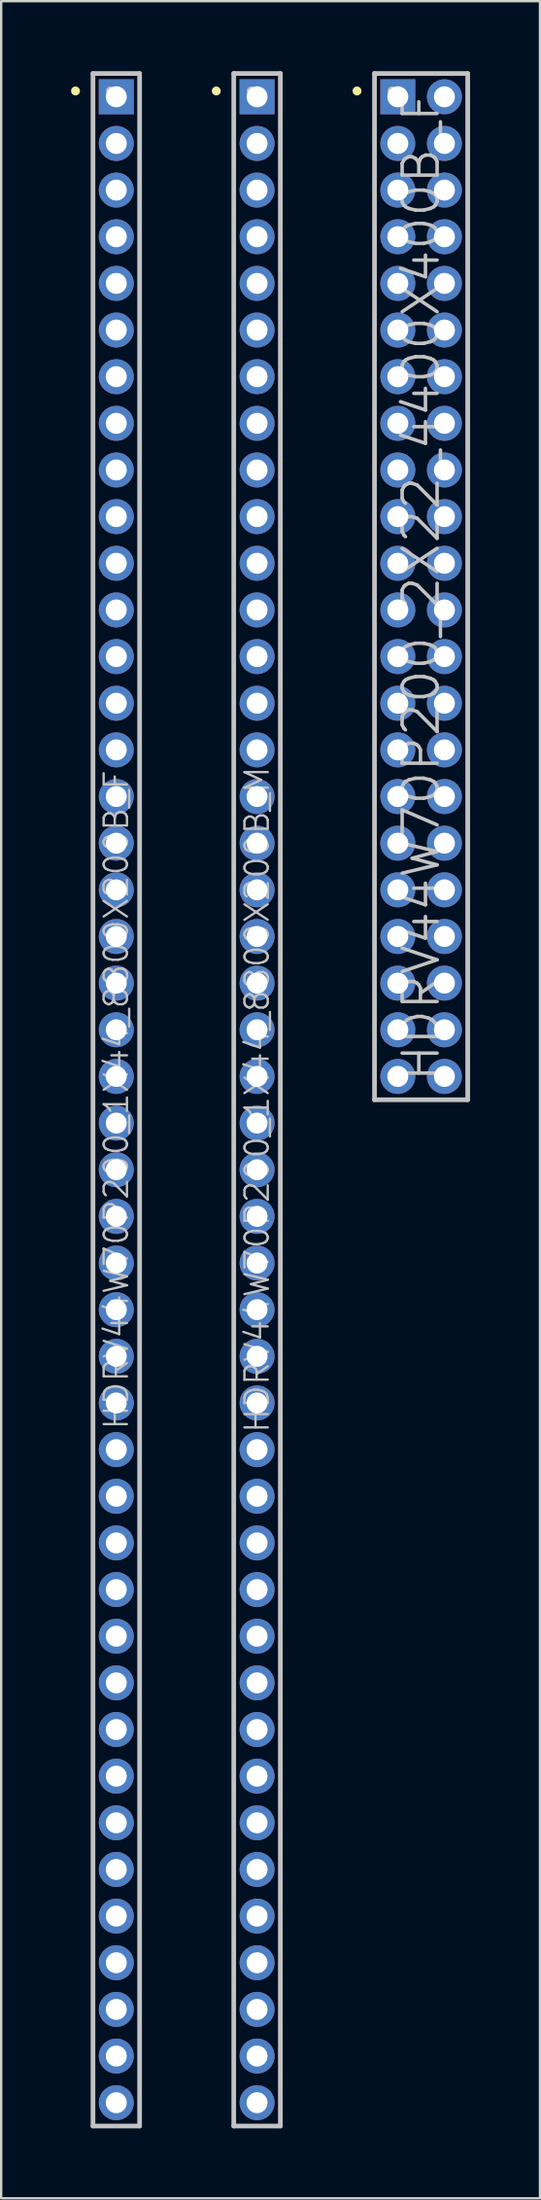
<source format=kicad_pcb>
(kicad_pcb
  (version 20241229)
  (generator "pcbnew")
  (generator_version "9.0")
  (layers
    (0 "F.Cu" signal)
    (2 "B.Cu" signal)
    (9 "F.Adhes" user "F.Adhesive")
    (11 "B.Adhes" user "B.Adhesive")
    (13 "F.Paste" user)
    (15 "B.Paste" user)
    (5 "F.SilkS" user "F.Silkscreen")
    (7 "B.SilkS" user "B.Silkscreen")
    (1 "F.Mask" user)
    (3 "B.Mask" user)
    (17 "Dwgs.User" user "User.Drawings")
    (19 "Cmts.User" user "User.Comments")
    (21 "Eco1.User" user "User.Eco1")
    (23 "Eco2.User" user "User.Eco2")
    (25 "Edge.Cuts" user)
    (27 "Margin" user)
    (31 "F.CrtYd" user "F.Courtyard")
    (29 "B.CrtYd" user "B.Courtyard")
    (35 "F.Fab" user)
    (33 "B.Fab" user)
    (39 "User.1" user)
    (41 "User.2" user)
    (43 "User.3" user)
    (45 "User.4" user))
  (footprint "HDRV44W70P200_1X44_8800X200B_F"
    (layer "F.Cu")
    (at 1.94 44.1)
    (property "Reference" "HDRV44W70P200_1X44_8800X200B_F" (at 0 0 90) (layer "Dwgs.User") (effects (font (size 1 1) (thickness 0.1))))
    (attr through_hole)
    (fp_line (start -1.75 -43.25) (end -1.75 -43.25) (stroke (width 0.381) (type solid)) (layer "F.SilkS"))
    (fp_line (start -1 -44) (end -1 44) (stroke (width 0.2) (type solid)) (layer "Dwgs.User"))
    (fp_line (start -1 -44) (end 1 -44) (stroke (width 0.2) (type solid)) (layer "Dwgs.User"))
    (fp_line (start -1 44) (end 1 44) (stroke (width 0.2) (type solid)) (layer "Dwgs.User"))
    (fp_line (start -0.25 -43.25) (end -0.25 -43.25) (stroke (width 0.381) (type solid)) (layer "Dwgs.User"))
    (fp_line (start 1 -44) (end 1 44) (stroke (width 0.2) (type solid)) (layer "Dwgs.User"))
    (pad "1" thru_hole rect (at 0 -43) (size 1.5 1.5) (drill 0.9) (layers "*.Cu" "*.Mask"))
    (pad "2" thru_hole circle (at 0 -41 270) (size 1.5 1.5) (drill 0.9) (layers "*.Cu" "*.Mask"))
    (pad "3" thru_hole circle (at 0 -39 270) (size 1.5 1.5) (drill 0.9) (layers "*.Cu" "*.Mask"))
    (pad "4" thru_hole circle (at 0 -37 270) (size 1.5 1.5) (drill 0.9) (layers "*.Cu" "*.Mask"))
    (pad "5" thru_hole circle (at 0 -35 270) (size 1.5 1.5) (drill 0.9) (layers "*.Cu" "*.Mask"))
    (pad "6" thru_hole circle (at 0 -33 270) (size 1.5 1.5) (drill 0.9) (layers "*.Cu" "*.Mask"))
    (pad "7" thru_hole circle (at 0 -31 270) (size 1.5 1.5) (drill 0.9) (layers "*.Cu" "*.Mask"))
    (pad "8" thru_hole circle (at 0 -29 270) (size 1.5 1.5) (drill 0.9) (layers "*.Cu" "*.Mask"))
    (pad "9" thru_hole circle (at 0 -27 270) (size 1.5 1.5) (drill 0.9) (layers "*.Cu" "*.Mask"))
    (pad "10" thru_hole circle (at 0 -25 270) (size 1.5 1.5) (drill 0.9) (layers "*.Cu" "*.Mask"))
    (pad "11" thru_hole circle (at 0 -23 270) (size 1.5 1.5) (drill 0.9) (layers "*.Cu" "*.Mask"))
    (pad "12" thru_hole circle (at 0 -21 270) (size 1.5 1.5) (drill 0.9) (layers "*.Cu" "*.Mask"))
    (pad "13" thru_hole circle (at 0 -19 270) (size 1.5 1.5) (drill 0.9) (layers "*.Cu" "*.Mask"))
    (pad "14" thru_hole circle (at 0 -17 270) (size 1.5 1.5) (drill 0.9) (layers "*.Cu" "*.Mask"))
    (pad "15" thru_hole circle (at 0 -15 270) (size 1.5 1.5) (drill 0.9) (layers "*.Cu" "*.Mask"))
    (pad "16" thru_hole circle (at 0 -13 270) (size 1.5 1.5) (drill 0.9) (layers "*.Cu" "*.Mask"))
    (pad "17" thru_hole circle (at 0 -11 270) (size 1.5 1.5) (drill 0.9) (layers "*.Cu" "*.Mask"))
    (pad "18" thru_hole circle (at 0 -9 270) (size 1.5 1.5) (drill 0.9) (layers "*.Cu" "*.Mask"))
    (pad "19" thru_hole circle (at 0 -7 270) (size 1.5 1.5) (drill 0.9) (layers "*.Cu" "*.Mask"))
    (pad "20" thru_hole circle (at 0 -5 270) (size 1.5 1.5) (drill 0.9) (layers "*.Cu" "*.Mask"))
    (pad "21" thru_hole circle (at 0 -3 270) (size 1.5 1.5) (drill 0.9) (layers "*.Cu" "*.Mask"))
    (pad "22" thru_hole circle (at 0 -1 270) (size 1.5 1.5) (drill 0.9) (layers "*.Cu" "*.Mask"))
    (pad "23" thru_hole circle (at 0 1 270) (size 1.5 1.5) (drill 0.9) (layers "*.Cu" "*.Mask"))
    (pad "24" thru_hole circle (at 0 3 270) (size 1.5 1.5) (drill 0.9) (layers "*.Cu" "*.Mask"))
    (pad "25" thru_hole circle (at 0 5 270) (size 1.5 1.5) (drill 0.9) (layers "*.Cu" "*.Mask"))
    (pad "26" thru_hole circle (at 0 7 270) (size 1.5 1.5) (drill 0.9) (layers "*.Cu" "*.Mask"))
    (pad "27" thru_hole circle (at 0 9 270) (size 1.5 1.5) (drill 0.9) (layers "*.Cu" "*.Mask"))
    (pad "28" thru_hole circle (at 0 11 270) (size 1.5 1.5) (drill 0.9) (layers "*.Cu" "*.Mask"))
    (pad "29" thru_hole circle (at 0 13 270) (size 1.5 1.5) (drill 0.9) (layers "*.Cu" "*.Mask"))
    (pad "30" thru_hole circle (at 0 15 270) (size 1.5 1.5) (drill 0.9) (layers "*.Cu" "*.Mask"))
    (pad "31" thru_hole circle (at 0 17 270) (size 1.5 1.5) (drill 0.9) (layers "*.Cu" "*.Mask"))
    (pad "32" thru_hole circle (at 0 19 270) (size 1.5 1.5) (drill 0.9) (layers "*.Cu" "*.Mask"))
    (pad "33" thru_hole circle (at 0 21 270) (size 1.5 1.5) (drill 0.9) (layers "*.Cu" "*.Mask"))
    (pad "34" thru_hole circle (at 0 23 270) (size 1.5 1.5) (drill 0.9) (layers "*.Cu" "*.Mask"))
    (pad "35" thru_hole circle (at 0 25 270) (size 1.5 1.5) (drill 0.9) (layers "*.Cu" "*.Mask"))
    (pad "36" thru_hole circle (at 0 27 270) (size 1.5 1.5) (drill 0.9) (layers "*.Cu" "*.Mask"))
    (pad "37" thru_hole circle (at 0 29 270) (size 1.5 1.5) (drill 0.9) (layers "*.Cu" "*.Mask"))
    (pad "38" thru_hole circle (at 0 31 270) (size 1.5 1.5) (drill 0.9) (layers "*.Cu" "*.Mask"))
    (pad "39" thru_hole circle (at 0 33 270) (size 1.5 1.5) (drill 0.9) (layers "*.Cu" "*.Mask"))
    (pad "40" thru_hole circle (at 0 35 270) (size 1.5 1.5) (drill 0.9) (layers "*.Cu" "*.Mask"))
    (pad "41" thru_hole circle (at 0 37 270) (size 1.5 1.5) (drill 0.9) (layers "*.Cu" "*.Mask"))
    (pad "42" thru_hole circle (at 0 39 270) (size 1.5 1.5) (drill 0.9) (layers "*.Cu" "*.Mask"))
    (pad "43" thru_hole circle (at 0 41 270) (size 1.5 1.5) (drill 0.9) (layers "*.Cu" "*.Mask"))
    (pad "44" thru_hole circle (at 0 43 270) (size 1.5 1.5) (drill 0.9) (layers "*.Cu" "*.Mask")))
  (footprint "HDRV44W70P200_2X22_4400X400B_F"
    (layer "F.Cu")
    (at 15.021 22.1)
    (property "Reference" "HDRV44W70P200_2X22_4400X400B_F" (at 0 0 90) (layer "Dwgs.User") (effects (font (size 1.5 1.5) (thickness 0.15))))
    (attr through_hole)
    (fp_line (start -2.75 -21.25) (end -2.75 -21.25) (stroke (width 0.381) (type solid)) (layer "F.SilkS"))
    (fp_line (start -2 -22) (end -2 22) (stroke (width 0.2) (type solid)) (layer "Dwgs.User"))
    (fp_line (start -2 -22) (end 2 -22) (stroke (width 0.2) (type solid)) (layer "Dwgs.User"))
    (fp_line (start -2 22) (end 2 22) (stroke (width 0.2) (type solid)) (layer "Dwgs.User"))
    (fp_line (start -1.25 -21.25) (end -1.25 -21.25) (stroke (width 0.381) (type solid)) (layer "Dwgs.User"))
    (fp_line (start 2 -22) (end 2 22) (stroke (width 0.2) (type solid)) (layer "Dwgs.User"))
    (pad "1" thru_hole rect (at -1 -21) (size 1.5 1.5) (drill 0.9) (layers "*.Cu" "*.Mask"))
    (pad "2" thru_hole circle (at 1 -21 270) (size 1.5 1.5) (drill 0.9) (layers "*.Cu" "*.Mask"))
    (pad "3" thru_hole circle (at -1 -19 270) (size 1.5 1.5) (drill 0.9) (layers "*.Cu" "*.Mask"))
    (pad "4" thru_hole circle (at 1 -19 270) (size 1.5 1.5) (drill 0.9) (layers "*.Cu" "*.Mask"))
    (pad "5" thru_hole circle (at -1 -17 270) (size 1.5 1.5) (drill 0.9) (layers "*.Cu" "*.Mask"))
    (pad "6" thru_hole circle (at 1 -17 270) (size 1.5 1.5) (drill 0.9) (layers "*.Cu" "*.Mask"))
    (pad "7" thru_hole circle (at -1 -15 270) (size 1.5 1.5) (drill 0.9) (layers "*.Cu" "*.Mask"))
    (pad "8" thru_hole circle (at 1 -15 270) (size 1.5 1.5) (drill 0.9) (layers "*.Cu" "*.Mask"))
    (pad "9" thru_hole circle (at -1 -13 270) (size 1.5 1.5) (drill 0.9) (layers "*.Cu" "*.Mask"))
    (pad "10" thru_hole circle (at 1 -13 270) (size 1.5 1.5) (drill 0.9) (layers "*.Cu" "*.Mask"))
    (pad "11" thru_hole circle (at -1 -11 270) (size 1.5 1.5) (drill 0.9) (layers "*.Cu" "*.Mask"))
    (pad "12" thru_hole circle (at 1 -11 270) (size 1.5 1.5) (drill 0.9) (layers "*.Cu" "*.Mask"))
    (pad "13" thru_hole circle (at -1 -9 270) (size 1.5 1.5) (drill 0.9) (layers "*.Cu" "*.Mask"))
    (pad "14" thru_hole circle (at 1 -9 270) (size 1.5 1.5) (drill 0.9) (layers "*.Cu" "*.Mask"))
    (pad "15" thru_hole circle (at -1 -7 270) (size 1.5 1.5) (drill 0.9) (layers "*.Cu" "*.Mask"))
    (pad "16" thru_hole circle (at 1 -7 270) (size 1.5 1.5) (drill 0.9) (layers "*.Cu" "*.Mask"))
    (pad "17" thru_hole circle (at -1 -5 270) (size 1.5 1.5) (drill 0.9) (layers "*.Cu" "*.Mask"))
    (pad "18" thru_hole circle (at 1 -5 270) (size 1.5 1.5) (drill 0.9) (layers "*.Cu" "*.Mask"))
    (pad "19" thru_hole circle (at -1 -3 270) (size 1.5 1.5) (drill 0.9) (layers "*.Cu" "*.Mask"))
    (pad "20" thru_hole circle (at 1 -3 270) (size 1.5 1.5) (drill 0.9) (layers "*.Cu" "*.Mask"))
    (pad "21" thru_hole circle (at -1 -1 270) (size 1.5 1.5) (drill 0.9) (layers "*.Cu" "*.Mask"))
    (pad "22" thru_hole circle (at 1 -1 270) (size 1.5 1.5) (drill 0.9) (layers "*.Cu" "*.Mask"))
    (pad "23" thru_hole circle (at -1 1 270) (size 1.5 1.5) (drill 0.9) (layers "*.Cu" "*.Mask"))
    (pad "24" thru_hole circle (at 1 1 270) (size 1.5 1.5) (drill 0.9) (layers "*.Cu" "*.Mask"))
    (pad "25" thru_hole circle (at -1 3 270) (size 1.5 1.5) (drill 0.9) (layers "*.Cu" "*.Mask"))
    (pad "26" thru_hole circle (at 1 3 270) (size 1.5 1.5) (drill 0.9) (layers "*.Cu" "*.Mask"))
    (pad "27" thru_hole circle (at -1 5 270) (size 1.5 1.5) (drill 0.9) (layers "*.Cu" "*.Mask"))
    (pad "28" thru_hole circle (at 1 5 270) (size 1.5 1.5) (drill 0.9) (layers "*.Cu" "*.Mask"))
    (pad "29" thru_hole circle (at -1 7 270) (size 1.5 1.5) (drill 0.9) (layers "*.Cu" "*.Mask"))
    (pad "30" thru_hole circle (at 1 7 270) (size 1.5 1.5) (drill 0.9) (layers "*.Cu" "*.Mask"))
    (pad "31" thru_hole circle (at -1 9 270) (size 1.5 1.5) (drill 0.9) (layers "*.Cu" "*.Mask"))
    (pad "32" thru_hole circle (at 1 9 270) (size 1.5 1.5) (drill 0.9) (layers "*.Cu" "*.Mask"))
    (pad "33" thru_hole circle (at -1 11 270) (size 1.5 1.5) (drill 0.9) (layers "*.Cu" "*.Mask"))
    (pad "34" thru_hole circle (at 1 11 270) (size 1.5 1.5) (drill 0.9) (layers "*.Cu" "*.Mask"))
    (pad "35" thru_hole circle (at -1 13 270) (size 1.5 1.5) (drill 0.9) (layers "*.Cu" "*.Mask"))
    (pad "36" thru_hole circle (at 1 13 270) (size 1.5 1.5) (drill 0.9) (layers "*.Cu" "*.Mask"))
    (pad "37" thru_hole circle (at -1 15 270) (size 1.5 1.5) (drill 0.9) (layers "*.Cu" "*.Mask"))
    (pad "38" thru_hole circle (at 1 15 270) (size 1.5 1.5) (drill 0.9) (layers "*.Cu" "*.Mask"))
    (pad "39" thru_hole circle (at -1 17 270) (size 1.5 1.5) (drill 0.9) (layers "*.Cu" "*.Mask"))
    (pad "40" thru_hole circle (at 1 17 270) (size 1.5 1.5) (drill 0.9) (layers "*.Cu" "*.Mask"))
    (pad "41" thru_hole circle (at -1 19 270) (size 1.5 1.5) (drill 0.9) (layers "*.Cu" "*.Mask"))
    (pad "42" thru_hole circle (at 1 19 270) (size 1.5 1.5) (drill 0.9) (layers "*.Cu" "*.Mask"))
    (pad "43" thru_hole circle (at -1 21 270) (size 1.5 1.5) (drill 0.9) (layers "*.Cu" "*.Mask"))
    (pad "44" thru_hole circle (at 1 21 270) (size 1.5 1.5) (drill 0.9) (layers "*.Cu" "*.Mask")))
  (footprint "HDRV44W70P200_1X44_8800X200B_M"
    (layer "F.Cu")
    (at 7.981 44.1)
    (property "Reference" "HDRV44W70P200_1X44_8800X200B_M" (at 0 0 90) (layer "Dwgs.User") (effects (font (size 1 1) (thickness 0.1))))
    (attr through_hole)
    (fp_line (start -1.75 -43.25) (end -1.75 -43.25) (stroke (width 0.381) (type solid)) (layer "F.SilkS"))
    (fp_line (start -1 -44) (end -1 44) (stroke (width 0.2) (type solid)) (layer "Dwgs.User"))
    (fp_line (start -1 -44) (end 1 -44) (stroke (width 0.2) (type solid)) (layer "Dwgs.User"))
    (fp_line (start -1 44) (end 1 44) (stroke (width 0.2) (type solid)) (layer "Dwgs.User"))
    (fp_line (start -0.25 -43.25) (end -0.25 -43.25) (stroke (width 0.381) (type solid)) (layer "Dwgs.User"))
    (fp_line (start 1 -44) (end 1 44) (stroke (width 0.2) (type solid)) (layer "Dwgs.User"))
    (pad "1" thru_hole rect (at 0 -43) (size 1.5 1.5) (drill 0.9) (layers "*.Cu" "*.Mask"))
    (pad "2" thru_hole circle (at 0 -41 270) (size 1.5 1.5) (drill 0.9) (layers "*.Cu" "*.Mask"))
    (pad "3" thru_hole circle (at 0 -39 270) (size 1.5 1.5) (drill 0.9) (layers "*.Cu" "*.Mask"))
    (pad "4" thru_hole circle (at 0 -37 270) (size 1.5 1.5) (drill 0.9) (layers "*.Cu" "*.Mask"))
    (pad "5" thru_hole circle (at 0 -35 270) (size 1.5 1.5) (drill 0.9) (layers "*.Cu" "*.Mask"))
    (pad "6" thru_hole circle (at 0 -33 270) (size 1.5 1.5) (drill 0.9) (layers "*.Cu" "*.Mask"))
    (pad "7" thru_hole circle (at 0 -31 270) (size 1.5 1.5) (drill 0.9) (layers "*.Cu" "*.Mask"))
    (pad "8" thru_hole circle (at 0 -29 270) (size 1.5 1.5) (drill 0.9) (layers "*.Cu" "*.Mask"))
    (pad "9" thru_hole circle (at 0 -27 270) (size 1.5 1.5) (drill 0.9) (layers "*.Cu" "*.Mask"))
    (pad "10" thru_hole circle (at 0 -25 270) (size 1.5 1.5) (drill 0.9) (layers "*.Cu" "*.Mask"))
    (pad "11" thru_hole circle (at 0 -23 270) (size 1.5 1.5) (drill 0.9) (layers "*.Cu" "*.Mask"))
    (pad "12" thru_hole circle (at 0 -21 270) (size 1.5 1.5) (drill 0.9) (layers "*.Cu" "*.Mask"))
    (pad "13" thru_hole circle (at 0 -19 270) (size 1.5 1.5) (drill 0.9) (layers "*.Cu" "*.Mask"))
    (pad "14" thru_hole circle (at 0 -17 270) (size 1.5 1.5) (drill 0.9) (layers "*.Cu" "*.Mask"))
    (pad "15" thru_hole circle (at 0 -15 270) (size 1.5 1.5) (drill 0.9) (layers "*.Cu" "*.Mask"))
    (pad "16" thru_hole circle (at 0 -13 270) (size 1.5 1.5) (drill 0.9) (layers "*.Cu" "*.Mask"))
    (pad "17" thru_hole circle (at 0 -11 270) (size 1.5 1.5) (drill 0.9) (layers "*.Cu" "*.Mask"))
    (pad "18" thru_hole circle (at 0 -9 270) (size 1.5 1.5) (drill 0.9) (layers "*.Cu" "*.Mask"))
    (pad "19" thru_hole circle (at 0 -7 270) (size 1.5 1.5) (drill 0.9) (layers "*.Cu" "*.Mask"))
    (pad "20" thru_hole circle (at 0 -5 270) (size 1.5 1.5) (drill 0.9) (layers "*.Cu" "*.Mask"))
    (pad "21" thru_hole circle (at 0 -3 270) (size 1.5 1.5) (drill 0.9) (layers "*.Cu" "*.Mask"))
    (pad "22" thru_hole circle (at 0 -1 270) (size 1.5 1.5) (drill 0.9) (layers "*.Cu" "*.Mask"))
    (pad "23" thru_hole circle (at 0 1 270) (size 1.5 1.5) (drill 0.9) (layers "*.Cu" "*.Mask"))
    (pad "24" thru_hole circle (at 0 3 270) (size 1.5 1.5) (drill 0.9) (layers "*.Cu" "*.Mask"))
    (pad "25" thru_hole circle (at 0 5 270) (size 1.5 1.5) (drill 0.9) (layers "*.Cu" "*.Mask"))
    (pad "26" thru_hole circle (at 0 7 270) (size 1.5 1.5) (drill 0.9) (layers "*.Cu" "*.Mask"))
    (pad "27" thru_hole circle (at 0 9 270) (size 1.5 1.5) (drill 0.9) (layers "*.Cu" "*.Mask"))
    (pad "28" thru_hole circle (at 0 11 270) (size 1.5 1.5) (drill 0.9) (layers "*.Cu" "*.Mask"))
    (pad "29" thru_hole circle (at 0 13 270) (size 1.5 1.5) (drill 0.9) (layers "*.Cu" "*.Mask"))
    (pad "30" thru_hole circle (at 0 15 270) (size 1.5 1.5) (drill 0.9) (layers "*.Cu" "*.Mask"))
    (pad "31" thru_hole circle (at 0 17 270) (size 1.5 1.5) (drill 0.9) (layers "*.Cu" "*.Mask"))
    (pad "32" thru_hole circle (at 0 19 270) (size 1.5 1.5) (drill 0.9) (layers "*.Cu" "*.Mask"))
    (pad "33" thru_hole circle (at 0 21 270) (size 1.5 1.5) (drill 0.9) (layers "*.Cu" "*.Mask"))
    (pad "34" thru_hole circle (at 0 23 270) (size 1.5 1.5) (drill 0.9) (layers "*.Cu" "*.Mask"))
    (pad "35" thru_hole circle (at 0 25 270) (size 1.5 1.5) (drill 0.9) (layers "*.Cu" "*.Mask"))
    (pad "36" thru_hole circle (at 0 27 270) (size 1.5 1.5) (drill 0.9) (layers "*.Cu" "*.Mask"))
    (pad "37" thru_hole circle (at 0 29 270) (size 1.5 1.5) (drill 0.9) (layers "*.Cu" "*.Mask"))
    (pad "38" thru_hole circle (at 0 31 270) (size 1.5 1.5) (drill 0.9) (layers "*.Cu" "*.Mask"))
    (pad "39" thru_hole circle (at 0 33 270) (size 1.5 1.5) (drill 0.9) (layers "*.Cu" "*.Mask"))
    (pad "40" thru_hole circle (at 0 35 270) (size 1.5 1.5) (drill 0.9) (layers "*.Cu" "*.Mask"))
    (pad "41" thru_hole circle (at 0 37 270) (size 1.5 1.5) (drill 0.9) (layers "*.Cu" "*.Mask"))
    (pad "42" thru_hole circle (at 0 39 270) (size 1.5 1.5) (drill 0.9) (layers "*.Cu" "*.Mask"))
    (pad "43" thru_hole circle (at 0 41 270) (size 1.5 1.5) (drill 0.9) (layers "*.Cu" "*.Mask"))
    (pad "44" thru_hole circle (at 0 43 270) (size 1.5 1.5) (drill 0.9) (layers "*.Cu" "*.Mask")))
  (gr_rect
    (start -3 -3)
    (end 20.122 91.2)
    (stroke (width 0.1) (type default))
    (fill no)
    (layer "Edge.Cuts")))
</source>
